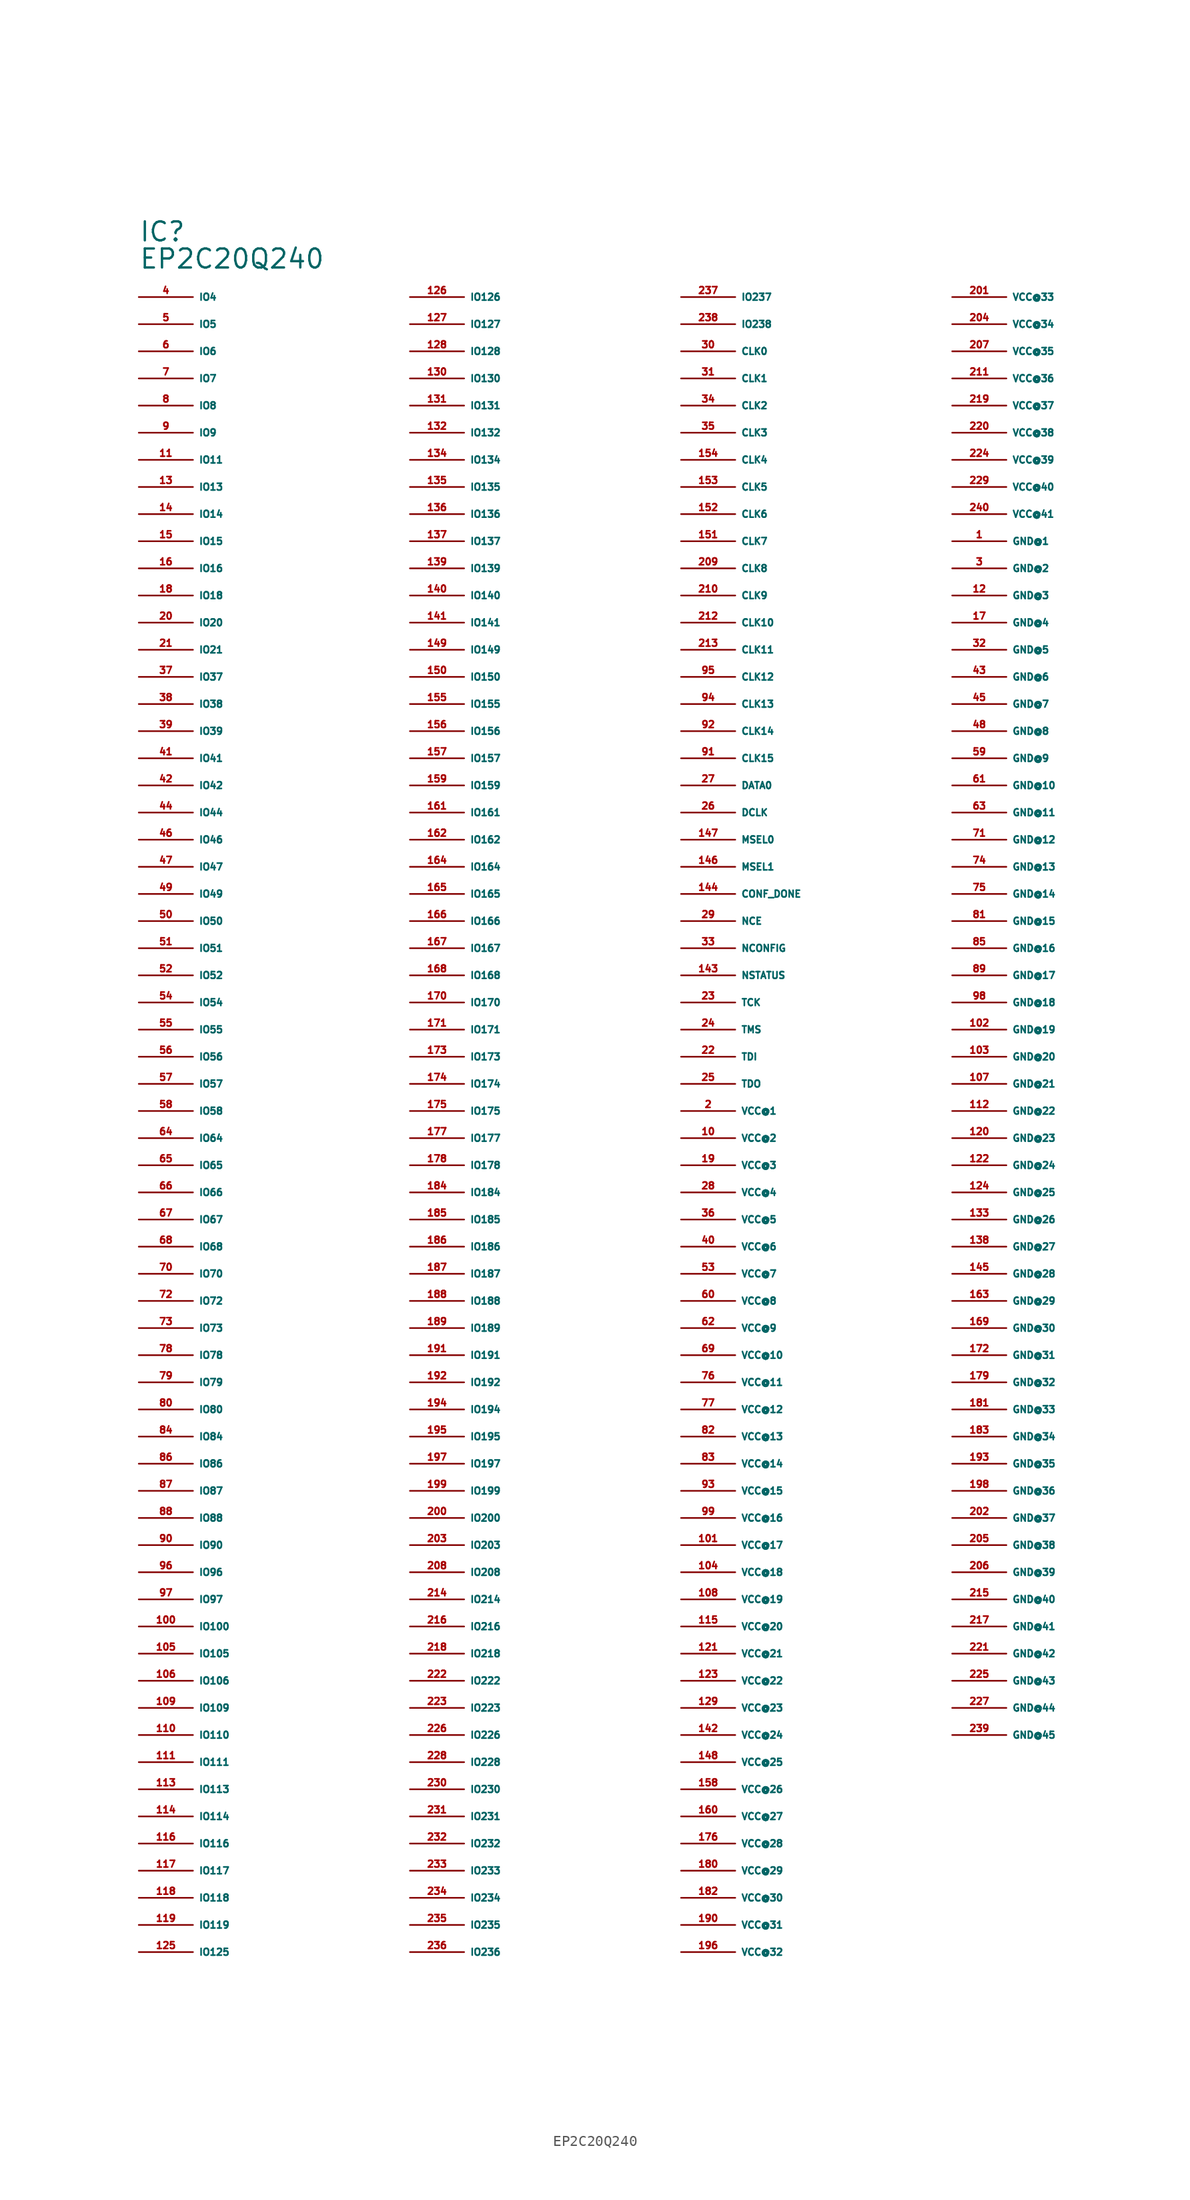
<source format=kicad_sym>
(kicad_symbol_lib
  (version 20220914)
  (generator Eagle2Kicad)
  (symbol "EP2C20Q240"
    (property "Reference" "IC"
      (at -30.48 86.36 0)
      (effects (font (size 1.778 1.778) (thickness 0.22)) (justify left bottom)))
    (property "Value" "EP2C20Q240"
      (at -30.48 83.82 0)
      (effects (font (size 1.778 1.778) (thickness 0.22)) (justify left bottom)))
    (pin output line
      (at -30.48 81.28 0)
      (length 5.08)
      (name "IO4" (effects (font (size 0.635 0.635) (thickness 0.08)) (justify left bottom)))
      (number "4" (effects (font (size 0.635 0.635) (thickness 0.08)) (justify left bottom))))
    (pin output line
      (at -30.48 78.74 0)
      (length 5.08)
      (name "IO5" (effects (font (size 0.635 0.635) (thickness 0.08)) (justify left bottom)))
      (number "5" (effects (font (size 0.635 0.635) (thickness 0.08)) (justify left bottom))))
    (pin bidirectional line
      (at -30.48 76.2 0)
      (length 5.08)
      (name "IO6" (effects (font (size 0.635 0.635) (thickness 0.08)) (justify left bottom)))
      (number "6" (effects (font (size 0.635 0.635) (thickness 0.08)) (justify left bottom))))
    (pin bidirectional line
      (at -30.48 73.66 0)
      (length 5.08)
      (name "IO7" (effects (font (size 0.635 0.635) (thickness 0.08)) (justify left bottom)))
      (number "7" (effects (font (size 0.635 0.635) (thickness 0.08)) (justify left bottom))))
    (pin bidirectional line
      (at -30.48 71.12 0)
      (length 5.08)
      (name "IO8" (effects (font (size 0.635 0.635) (thickness 0.08)) (justify left bottom)))
      (number "8" (effects (font (size 0.635 0.635) (thickness 0.08)) (justify left bottom))))
    (pin bidirectional line
      (at -30.48 68.58 0)
      (length 5.08)
      (name "IO9" (effects (font (size 0.635 0.635) (thickness 0.08)) (justify left bottom)))
      (number "9" (effects (font (size 0.635 0.635) (thickness 0.08)) (justify left bottom))))
    (pin bidirectional line
      (at -30.48 66.04 0)
      (length 5.08)
      (name "IO11" (effects (font (size 0.635 0.635) (thickness 0.08)) (justify left bottom)))
      (number "11" (effects (font (size 0.635 0.635) (thickness 0.08)) (justify left bottom))))
    (pin bidirectional line
      (at -30.48 63.5 0)
      (length 5.08)
      (name "IO13" (effects (font (size 0.635 0.635) (thickness 0.08)) (justify left bottom)))
      (number "13" (effects (font (size 0.635 0.635) (thickness 0.08)) (justify left bottom))))
    (pin bidirectional line
      (at -30.48 60.96 0)
      (length 5.08)
      (name "IO14" (effects (font (size 0.635 0.635) (thickness 0.08)) (justify left bottom)))
      (number "14" (effects (font (size 0.635 0.635) (thickness 0.08)) (justify left bottom))))
    (pin bidirectional line
      (at -30.48 58.42 0)
      (length 5.08)
      (name "IO15" (effects (font (size 0.635 0.635) (thickness 0.08)) (justify left bottom)))
      (number "15" (effects (font (size 0.635 0.635) (thickness 0.08)) (justify left bottom))))
    (pin bidirectional line
      (at -30.48 55.88 0)
      (length 5.08)
      (name "IO16" (effects (font (size 0.635 0.635) (thickness 0.08)) (justify left bottom)))
      (number "16" (effects (font (size 0.635 0.635) (thickness 0.08)) (justify left bottom))))
    (pin bidirectional line
      (at -30.48 53.34 0)
      (length 5.08)
      (name "IO18" (effects (font (size 0.635 0.635) (thickness 0.08)) (justify left bottom)))
      (number "18" (effects (font (size 0.635 0.635) (thickness 0.08)) (justify left bottom))))
    (pin bidirectional line
      (at -30.48 50.8 0)
      (length 5.08)
      (name "IO20" (effects (font (size 0.635 0.635) (thickness 0.08)) (justify left bottom)))
      (number "20" (effects (font (size 0.635 0.635) (thickness 0.08)) (justify left bottom))))
    (pin bidirectional line
      (at -30.48 48.26 0)
      (length 5.08)
      (name "IO21" (effects (font (size 0.635 0.635) (thickness 0.08)) (justify left bottom)))
      (number "21" (effects (font (size 0.635 0.635) (thickness 0.08)) (justify left bottom))))
    (pin bidirectional line
      (at -30.48 45.72 0)
      (length 5.08)
      (name "IO37" (effects (font (size 0.635 0.635) (thickness 0.08)) (justify left bottom)))
      (number "37" (effects (font (size 0.635 0.635) (thickness 0.08)) (justify left bottom))))
    (pin bidirectional line
      (at -30.48 43.18 0)
      (length 5.08)
      (name "IO38" (effects (font (size 0.635 0.635) (thickness 0.08)) (justify left bottom)))
      (number "38" (effects (font (size 0.635 0.635) (thickness 0.08)) (justify left bottom))))
    (pin bidirectional line
      (at -30.48 40.64 0)
      (length 5.08)
      (name "IO39" (effects (font (size 0.635 0.635) (thickness 0.08)) (justify left bottom)))
      (number "39" (effects (font (size 0.635 0.635) (thickness 0.08)) (justify left bottom))))
    (pin bidirectional line
      (at -30.48 38.1 0)
      (length 5.08)
      (name "IO41" (effects (font (size 0.635 0.635) (thickness 0.08)) (justify left bottom)))
      (number "41" (effects (font (size 0.635 0.635) (thickness 0.08)) (justify left bottom))))
    (pin bidirectional line
      (at -30.48 35.56 0)
      (length 5.08)
      (name "IO42" (effects (font (size 0.635 0.635) (thickness 0.08)) (justify left bottom)))
      (number "42" (effects (font (size 0.635 0.635) (thickness 0.08)) (justify left bottom))))
    (pin bidirectional line
      (at -30.48 33.02 0)
      (length 5.08)
      (name "IO44" (effects (font (size 0.635 0.635) (thickness 0.08)) (justify left bottom)))
      (number "44" (effects (font (size 0.635 0.635) (thickness 0.08)) (justify left bottom))))
    (pin bidirectional line
      (at -30.48 30.48 0)
      (length 5.08)
      (name "IO46" (effects (font (size 0.635 0.635) (thickness 0.08)) (justify left bottom)))
      (number "46" (effects (font (size 0.635 0.635) (thickness 0.08)) (justify left bottom))))
    (pin bidirectional line
      (at -30.48 27.94 0)
      (length 5.08)
      (name "IO47" (effects (font (size 0.635 0.635) (thickness 0.08)) (justify left bottom)))
      (number "47" (effects (font (size 0.635 0.635) (thickness 0.08)) (justify left bottom))))
    (pin bidirectional line
      (at -30.48 25.4 0)
      (length 5.08)
      (name "IO49" (effects (font (size 0.635 0.635) (thickness 0.08)) (justify left bottom)))
      (number "49" (effects (font (size 0.635 0.635) (thickness 0.08)) (justify left bottom))))
    (pin bidirectional line
      (at -30.48 22.86 0)
      (length 5.08)
      (name "IO50" (effects (font (size 0.635 0.635) (thickness 0.08)) (justify left bottom)))
      (number "50" (effects (font (size 0.635 0.635) (thickness 0.08)) (justify left bottom))))
    (pin bidirectional line
      (at -30.48 20.32 0)
      (length 5.08)
      (name "IO51" (effects (font (size 0.635 0.635) (thickness 0.08)) (justify left bottom)))
      (number "51" (effects (font (size 0.635 0.635) (thickness 0.08)) (justify left bottom))))
    (pin bidirectional line
      (at -30.48 17.78 0)
      (length 5.08)
      (name "IO52" (effects (font (size 0.635 0.635) (thickness 0.08)) (justify left bottom)))
      (number "52" (effects (font (size 0.635 0.635) (thickness 0.08)) (justify left bottom))))
    (pin bidirectional line
      (at -30.48 15.24 0)
      (length 5.08)
      (name "IO54" (effects (font (size 0.635 0.635) (thickness 0.08)) (justify left bottom)))
      (number "54" (effects (font (size 0.635 0.635) (thickness 0.08)) (justify left bottom))))
    (pin bidirectional line
      (at -30.48 12.7 0)
      (length 5.08)
      (name "IO55" (effects (font (size 0.635 0.635) (thickness 0.08)) (justify left bottom)))
      (number "55" (effects (font (size 0.635 0.635) (thickness 0.08)) (justify left bottom))))
    (pin bidirectional line
      (at -30.48 10.16 0)
      (length 5.08)
      (name "IO56" (effects (font (size 0.635 0.635) (thickness 0.08)) (justify left bottom)))
      (number "56" (effects (font (size 0.635 0.635) (thickness 0.08)) (justify left bottom))))
    (pin bidirectional line
      (at -30.48 7.62 0)
      (length 5.08)
      (name "IO57" (effects (font (size 0.635 0.635) (thickness 0.08)) (justify left bottom)))
      (number "57" (effects (font (size 0.635 0.635) (thickness 0.08)) (justify left bottom))))
    (pin bidirectional line
      (at -30.48 5.08 0)
      (length 5.08)
      (name "IO58" (effects (font (size 0.635 0.635) (thickness 0.08)) (justify left bottom)))
      (number "58" (effects (font (size 0.635 0.635) (thickness 0.08)) (justify left bottom))))
    (pin bidirectional line
      (at -30.48 2.54 0)
      (length 5.08)
      (name "IO64" (effects (font (size 0.635 0.635) (thickness 0.08)) (justify left bottom)))
      (number "64" (effects (font (size 0.635 0.635) (thickness 0.08)) (justify left bottom))))
    (pin bidirectional line
      (at -30.48 0 0)
      (length 5.08)
      (name "IO65" (effects (font (size 0.635 0.635) (thickness 0.08)) (justify left bottom)))
      (number "65" (effects (font (size 0.635 0.635) (thickness 0.08)) (justify left bottom))))
    (pin bidirectional line
      (at -30.48 -2.54 0)
      (length 5.08)
      (name "IO66" (effects (font (size 0.635 0.635) (thickness 0.08)) (justify left bottom)))
      (number "66" (effects (font (size 0.635 0.635) (thickness 0.08)) (justify left bottom))))
    (pin bidirectional line
      (at -30.48 -5.08 0)
      (length 5.08)
      (name "IO67" (effects (font (size 0.635 0.635) (thickness 0.08)) (justify left bottom)))
      (number "67" (effects (font (size 0.635 0.635) (thickness 0.08)) (justify left bottom))))
    (pin bidirectional line
      (at -30.48 -7.62 0)
      (length 5.08)
      (name "IO68" (effects (font (size 0.635 0.635) (thickness 0.08)) (justify left bottom)))
      (number "68" (effects (font (size 0.635 0.635) (thickness 0.08)) (justify left bottom))))
    (pin bidirectional line
      (at -30.48 -10.16 0)
      (length 5.08)
      (name "IO70" (effects (font (size 0.635 0.635) (thickness 0.08)) (justify left bottom)))
      (number "70" (effects (font (size 0.635 0.635) (thickness 0.08)) (justify left bottom))))
    (pin bidirectional line
      (at -30.48 -12.7 0)
      (length 5.08)
      (name "IO72" (effects (font (size 0.635 0.635) (thickness 0.08)) (justify left bottom)))
      (number "72" (effects (font (size 0.635 0.635) (thickness 0.08)) (justify left bottom))))
    (pin bidirectional line
      (at -30.48 -15.24 0)
      (length 5.08)
      (name "IO73" (effects (font (size 0.635 0.635) (thickness 0.08)) (justify left bottom)))
      (number "73" (effects (font (size 0.635 0.635) (thickness 0.08)) (justify left bottom))))
    (pin bidirectional line
      (at -30.48 -17.78 0)
      (length 5.08)
      (name "IO78" (effects (font (size 0.635 0.635) (thickness 0.08)) (justify left bottom)))
      (number "78" (effects (font (size 0.635 0.635) (thickness 0.08)) (justify left bottom))))
    (pin bidirectional line
      (at -30.48 -20.32 0)
      (length 5.08)
      (name "IO79" (effects (font (size 0.635 0.635) (thickness 0.08)) (justify left bottom)))
      (number "79" (effects (font (size 0.635 0.635) (thickness 0.08)) (justify left bottom))))
    (pin bidirectional line
      (at -30.48 -22.86 0)
      (length 5.08)
      (name "IO80" (effects (font (size 0.635 0.635) (thickness 0.08)) (justify left bottom)))
      (number "80" (effects (font (size 0.635 0.635) (thickness 0.08)) (justify left bottom))))
    (pin bidirectional line
      (at -30.48 -25.4 0)
      (length 5.08)
      (name "IO84" (effects (font (size 0.635 0.635) (thickness 0.08)) (justify left bottom)))
      (number "84" (effects (font (size 0.635 0.635) (thickness 0.08)) (justify left bottom))))
    (pin bidirectional line
      (at -30.48 -27.94 0)
      (length 5.08)
      (name "IO86" (effects (font (size 0.635 0.635) (thickness 0.08)) (justify left bottom)))
      (number "86" (effects (font (size 0.635 0.635) (thickness 0.08)) (justify left bottom))))
    (pin bidirectional line
      (at -30.48 -30.48 0)
      (length 5.08)
      (name "IO87" (effects (font (size 0.635 0.635) (thickness 0.08)) (justify left bottom)))
      (number "87" (effects (font (size 0.635 0.635) (thickness 0.08)) (justify left bottom))))
    (pin bidirectional line
      (at -30.48 -33.02 0)
      (length 5.08)
      (name "IO88" (effects (font (size 0.635 0.635) (thickness 0.08)) (justify left bottom)))
      (number "88" (effects (font (size 0.635 0.635) (thickness 0.08)) (justify left bottom))))
    (pin bidirectional line
      (at -30.48 -35.56 0)
      (length 5.08)
      (name "IO90" (effects (font (size 0.635 0.635) (thickness 0.08)) (justify left bottom)))
      (number "90" (effects (font (size 0.635 0.635) (thickness 0.08)) (justify left bottom))))
    (pin bidirectional line
      (at -30.48 -38.1 0)
      (length 5.08)
      (name "IO96" (effects (font (size 0.635 0.635) (thickness 0.08)) (justify left bottom)))
      (number "96" (effects (font (size 0.635 0.635) (thickness 0.08)) (justify left bottom))))
    (pin bidirectional line
      (at -30.48 -40.64 0)
      (length 5.08)
      (name "IO97" (effects (font (size 0.635 0.635) (thickness 0.08)) (justify left bottom)))
      (number "97" (effects (font (size 0.635 0.635) (thickness 0.08)) (justify left bottom))))
    (pin bidirectional line
      (at -30.48 -43.18 0)
      (length 5.08)
      (name "IO100" (effects (font (size 0.635 0.635) (thickness 0.08)) (justify left bottom)))
      (number "100" (effects (font (size 0.635 0.635) (thickness 0.08)) (justify left bottom))))
    (pin bidirectional line
      (at -30.48 -45.72 0)
      (length 5.08)
      (name "IO105" (effects (font (size 0.635 0.635) (thickness 0.08)) (justify left bottom)))
      (number "105" (effects (font (size 0.635 0.635) (thickness 0.08)) (justify left bottom))))
    (pin bidirectional line
      (at -30.48 -48.26 0)
      (length 5.08)
      (name "IO106" (effects (font (size 0.635 0.635) (thickness 0.08)) (justify left bottom)))
      (number "106" (effects (font (size 0.635 0.635) (thickness 0.08)) (justify left bottom))))
    (pin bidirectional line
      (at -30.48 -50.8 0)
      (length 5.08)
      (name "IO109" (effects (font (size 0.635 0.635) (thickness 0.08)) (justify left bottom)))
      (number "109" (effects (font (size 0.635 0.635) (thickness 0.08)) (justify left bottom))))
    (pin bidirectional line
      (at -30.48 -53.34 0)
      (length 5.08)
      (name "IO110" (effects (font (size 0.635 0.635) (thickness 0.08)) (justify left bottom)))
      (number "110" (effects (font (size 0.635 0.635) (thickness 0.08)) (justify left bottom))))
    (pin bidirectional line
      (at -30.48 -55.88 0)
      (length 5.08)
      (name "IO111" (effects (font (size 0.635 0.635) (thickness 0.08)) (justify left bottom)))
      (number "111" (effects (font (size 0.635 0.635) (thickness 0.08)) (justify left bottom))))
    (pin bidirectional line
      (at -30.48 -58.42 0)
      (length 5.08)
      (name "IO113" (effects (font (size 0.635 0.635) (thickness 0.08)) (justify left bottom)))
      (number "113" (effects (font (size 0.635 0.635) (thickness 0.08)) (justify left bottom))))
    (pin bidirectional line
      (at -30.48 -60.96 0)
      (length 5.08)
      (name "IO114" (effects (font (size 0.635 0.635) (thickness 0.08)) (justify left bottom)))
      (number "114" (effects (font (size 0.635 0.635) (thickness 0.08)) (justify left bottom))))
    (pin bidirectional line
      (at -30.48 -63.5 0)
      (length 5.08)
      (name "IO116" (effects (font (size 0.635 0.635) (thickness 0.08)) (justify left bottom)))
      (number "116" (effects (font (size 0.635 0.635) (thickness 0.08)) (justify left bottom))))
    (pin bidirectional line
      (at -30.48 -66.04 0)
      (length 5.08)
      (name "IO117" (effects (font (size 0.635 0.635) (thickness 0.08)) (justify left bottom)))
      (number "117" (effects (font (size 0.635 0.635) (thickness 0.08)) (justify left bottom))))
    (pin bidirectional line
      (at -30.48 -68.58 0)
      (length 5.08)
      (name "IO118" (effects (font (size 0.635 0.635) (thickness 0.08)) (justify left bottom)))
      (number "118" (effects (font (size 0.635 0.635) (thickness 0.08)) (justify left bottom))))
    (pin bidirectional line
      (at -30.48 -71.12 0)
      (length 5.08)
      (name "IO119" (effects (font (size 0.635 0.635) (thickness 0.08)) (justify left bottom)))
      (number "119" (effects (font (size 0.635 0.635) (thickness 0.08)) (justify left bottom))))
    (pin bidirectional line
      (at -30.48 -73.66 0)
      (length 5.08)
      (name "IO125" (effects (font (size 0.635 0.635) (thickness 0.08)) (justify left bottom)))
      (number "125" (effects (font (size 0.635 0.635) (thickness 0.08)) (justify left bottom))))
    (pin bidirectional line
      (at -5.08 81.28 0)
      (length 5.08)
      (name "IO126" (effects (font (size 0.635 0.635) (thickness 0.08)) (justify left bottom)))
      (number "126" (effects (font (size 0.635 0.635) (thickness 0.08)) (justify left bottom))))
    (pin bidirectional line
      (at -5.08 78.74 0)
      (length 5.08)
      (name "IO127" (effects (font (size 0.635 0.635) (thickness 0.08)) (justify left bottom)))
      (number "127" (effects (font (size 0.635 0.635) (thickness 0.08)) (justify left bottom))))
    (pin bidirectional line
      (at -5.08 76.2 0)
      (length 5.08)
      (name "IO128" (effects (font (size 0.635 0.635) (thickness 0.08)) (justify left bottom)))
      (number "128" (effects (font (size 0.635 0.635) (thickness 0.08)) (justify left bottom))))
    (pin bidirectional line
      (at -5.08 73.66 0)
      (length 5.08)
      (name "IO130" (effects (font (size 0.635 0.635) (thickness 0.08)) (justify left bottom)))
      (number "130" (effects (font (size 0.635 0.635) (thickness 0.08)) (justify left bottom))))
    (pin bidirectional line
      (at -5.08 71.12 0)
      (length 5.08)
      (name "IO131" (effects (font (size 0.635 0.635) (thickness 0.08)) (justify left bottom)))
      (number "131" (effects (font (size 0.635 0.635) (thickness 0.08)) (justify left bottom))))
    (pin bidirectional line
      (at -5.08 68.58 0)
      (length 5.08)
      (name "IO132" (effects (font (size 0.635 0.635) (thickness 0.08)) (justify left bottom)))
      (number "132" (effects (font (size 0.635 0.635) (thickness 0.08)) (justify left bottom))))
    (pin bidirectional line
      (at -5.08 66.04 0)
      (length 5.08)
      (name "IO134" (effects (font (size 0.635 0.635) (thickness 0.08)) (justify left bottom)))
      (number "134" (effects (font (size 0.635 0.635) (thickness 0.08)) (justify left bottom))))
    (pin bidirectional line
      (at -5.08 63.5 0)
      (length 5.08)
      (name "IO135" (effects (font (size 0.635 0.635) (thickness 0.08)) (justify left bottom)))
      (number "135" (effects (font (size 0.635 0.635) (thickness 0.08)) (justify left bottom))))
    (pin bidirectional line
      (at -5.08 60.96 0)
      (length 5.08)
      (name "IO136" (effects (font (size 0.635 0.635) (thickness 0.08)) (justify left bottom)))
      (number "136" (effects (font (size 0.635 0.635) (thickness 0.08)) (justify left bottom))))
    (pin bidirectional line
      (at -5.08 58.42 0)
      (length 5.08)
      (name "IO137" (effects (font (size 0.635 0.635) (thickness 0.08)) (justify left bottom)))
      (number "137" (effects (font (size 0.635 0.635) (thickness 0.08)) (justify left bottom))))
    (pin bidirectional line
      (at -5.08 55.88 0)
      (length 5.08)
      (name "IO139" (effects (font (size 0.635 0.635) (thickness 0.08)) (justify left bottom)))
      (number "139" (effects (font (size 0.635 0.635) (thickness 0.08)) (justify left bottom))))
    (pin bidirectional line
      (at -5.08 53.34 0)
      (length 5.08)
      (name "IO140" (effects (font (size 0.635 0.635) (thickness 0.08)) (justify left bottom)))
      (number "140" (effects (font (size 0.635 0.635) (thickness 0.08)) (justify left bottom))))
    (pin bidirectional line
      (at -5.08 50.8 0)
      (length 5.08)
      (name "IO141" (effects (font (size 0.635 0.635) (thickness 0.08)) (justify left bottom)))
      (number "141" (effects (font (size 0.635 0.635) (thickness 0.08)) (justify left bottom))))
    (pin bidirectional line
      (at -5.08 48.26 0)
      (length 5.08)
      (name "IO149" (effects (font (size 0.635 0.635) (thickness 0.08)) (justify left bottom)))
      (number "149" (effects (font (size 0.635 0.635) (thickness 0.08)) (justify left bottom))))
    (pin bidirectional line
      (at -5.08 45.72 0)
      (length 5.08)
      (name "IO150" (effects (font (size 0.635 0.635) (thickness 0.08)) (justify left bottom)))
      (number "150" (effects (font (size 0.635 0.635) (thickness 0.08)) (justify left bottom))))
    (pin bidirectional line
      (at -5.08 43.18 0)
      (length 5.08)
      (name "IO155" (effects (font (size 0.635 0.635) (thickness 0.08)) (justify left bottom)))
      (number "155" (effects (font (size 0.635 0.635) (thickness 0.08)) (justify left bottom))))
    (pin bidirectional line
      (at -5.08 40.64 0)
      (length 5.08)
      (name "IO156" (effects (font (size 0.635 0.635) (thickness 0.08)) (justify left bottom)))
      (number "156" (effects (font (size 0.635 0.635) (thickness 0.08)) (justify left bottom))))
    (pin bidirectional line
      (at -5.08 38.1 0)
      (length 5.08)
      (name "IO157" (effects (font (size 0.635 0.635) (thickness 0.08)) (justify left bottom)))
      (number "157" (effects (font (size 0.635 0.635) (thickness 0.08)) (justify left bottom))))
    (pin bidirectional line
      (at -5.08 35.56 0)
      (length 5.08)
      (name "IO159" (effects (font (size 0.635 0.635) (thickness 0.08)) (justify left bottom)))
      (number "159" (effects (font (size 0.635 0.635) (thickness 0.08)) (justify left bottom))))
    (pin bidirectional line
      (at -5.08 33.02 0)
      (length 5.08)
      (name "IO161" (effects (font (size 0.635 0.635) (thickness 0.08)) (justify left bottom)))
      (number "161" (effects (font (size 0.635 0.635) (thickness 0.08)) (justify left bottom))))
    (pin bidirectional line
      (at -5.08 30.48 0)
      (length 5.08)
      (name "IO162" (effects (font (size 0.635 0.635) (thickness 0.08)) (justify left bottom)))
      (number "162" (effects (font (size 0.635 0.635) (thickness 0.08)) (justify left bottom))))
    (pin bidirectional line
      (at -5.08 27.94 0)
      (length 5.08)
      (name "IO164" (effects (font (size 0.635 0.635) (thickness 0.08)) (justify left bottom)))
      (number "164" (effects (font (size 0.635 0.635) (thickness 0.08)) (justify left bottom))))
    (pin bidirectional line
      (at -5.08 25.4 0)
      (length 5.08)
      (name "IO165" (effects (font (size 0.635 0.635) (thickness 0.08)) (justify left bottom)))
      (number "165" (effects (font (size 0.635 0.635) (thickness 0.08)) (justify left bottom))))
    (pin bidirectional line
      (at -5.08 22.86 0)
      (length 5.08)
      (name "IO166" (effects (font (size 0.635 0.635) (thickness 0.08)) (justify left bottom)))
      (number "166" (effects (font (size 0.635 0.635) (thickness 0.08)) (justify left bottom))))
    (pin bidirectional line
      (at -5.08 20.32 0)
      (length 5.08)
      (name "IO167" (effects (font (size 0.635 0.635) (thickness 0.08)) (justify left bottom)))
      (number "167" (effects (font (size 0.635 0.635) (thickness 0.08)) (justify left bottom))))
    (pin bidirectional line
      (at -5.08 17.78 0)
      (length 5.08)
      (name "IO168" (effects (font (size 0.635 0.635) (thickness 0.08)) (justify left bottom)))
      (number "168" (effects (font (size 0.635 0.635) (thickness 0.08)) (justify left bottom))))
    (pin bidirectional line
      (at -5.08 15.24 0)
      (length 5.08)
      (name "IO170" (effects (font (size 0.635 0.635) (thickness 0.08)) (justify left bottom)))
      (number "170" (effects (font (size 0.635 0.635) (thickness 0.08)) (justify left bottom))))
    (pin bidirectional line
      (at -5.08 12.7 0)
      (length 5.08)
      (name "IO171" (effects (font (size 0.635 0.635) (thickness 0.08)) (justify left bottom)))
      (number "171" (effects (font (size 0.635 0.635) (thickness 0.08)) (justify left bottom))))
    (pin bidirectional line
      (at -5.08 10.16 0)
      (length 5.08)
      (name "IO173" (effects (font (size 0.635 0.635) (thickness 0.08)) (justify left bottom)))
      (number "173" (effects (font (size 0.635 0.635) (thickness 0.08)) (justify left bottom))))
    (pin bidirectional line
      (at -5.08 7.62 0)
      (length 5.08)
      (name "IO174" (effects (font (size 0.635 0.635) (thickness 0.08)) (justify left bottom)))
      (number "174" (effects (font (size 0.635 0.635) (thickness 0.08)) (justify left bottom))))
    (pin bidirectional line
      (at -5.08 5.08 0)
      (length 5.08)
      (name "IO175" (effects (font (size 0.635 0.635) (thickness 0.08)) (justify left bottom)))
      (number "175" (effects (font (size 0.635 0.635) (thickness 0.08)) (justify left bottom))))
    (pin bidirectional line
      (at -5.08 2.54 0)
      (length 5.08)
      (name "IO177" (effects (font (size 0.635 0.635) (thickness 0.08)) (justify left bottom)))
      (number "177" (effects (font (size 0.635 0.635) (thickness 0.08)) (justify left bottom))))
    (pin bidirectional line
      (at -5.08 0 0)
      (length 5.08)
      (name "IO178" (effects (font (size 0.635 0.635) (thickness 0.08)) (justify left bottom)))
      (number "178" (effects (font (size 0.635 0.635) (thickness 0.08)) (justify left bottom))))
    (pin bidirectional line
      (at -5.08 -2.54 0)
      (length 5.08)
      (name "IO184" (effects (font (size 0.635 0.635) (thickness 0.08)) (justify left bottom)))
      (number "184" (effects (font (size 0.635 0.635) (thickness 0.08)) (justify left bottom))))
    (pin bidirectional line
      (at -5.08 -5.08 0)
      (length 5.08)
      (name "IO185" (effects (font (size 0.635 0.635) (thickness 0.08)) (justify left bottom)))
      (number "185" (effects (font (size 0.635 0.635) (thickness 0.08)) (justify left bottom))))
    (pin bidirectional line
      (at -5.08 -7.62 0)
      (length 5.08)
      (name "IO186" (effects (font (size 0.635 0.635) (thickness 0.08)) (justify left bottom)))
      (number "186" (effects (font (size 0.635 0.635) (thickness 0.08)) (justify left bottom))))
    (pin bidirectional line
      (at -5.08 -10.16 0)
      (length 5.08)
      (name "IO187" (effects (font (size 0.635 0.635) (thickness 0.08)) (justify left bottom)))
      (number "187" (effects (font (size 0.635 0.635) (thickness 0.08)) (justify left bottom))))
    (pin bidirectional line
      (at -5.08 -12.7 0)
      (length 5.08)
      (name "IO188" (effects (font (size 0.635 0.635) (thickness 0.08)) (justify left bottom)))
      (number "188" (effects (font (size 0.635 0.635) (thickness 0.08)) (justify left bottom))))
    (pin bidirectional line
      (at -5.08 -15.24 0)
      (length 5.08)
      (name "IO189" (effects (font (size 0.635 0.635) (thickness 0.08)) (justify left bottom)))
      (number "189" (effects (font (size 0.635 0.635) (thickness 0.08)) (justify left bottom))))
    (pin bidirectional line
      (at -5.08 -17.78 0)
      (length 5.08)
      (name "IO191" (effects (font (size 0.635 0.635) (thickness 0.08)) (justify left bottom)))
      (number "191" (effects (font (size 0.635 0.635) (thickness 0.08)) (justify left bottom))))
    (pin bidirectional line
      (at -5.08 -20.32 0)
      (length 5.08)
      (name "IO192" (effects (font (size 0.635 0.635) (thickness 0.08)) (justify left bottom)))
      (number "192" (effects (font (size 0.635 0.635) (thickness 0.08)) (justify left bottom))))
    (pin bidirectional line
      (at -5.08 -22.86 0)
      (length 5.08)
      (name "IO194" (effects (font (size 0.635 0.635) (thickness 0.08)) (justify left bottom)))
      (number "194" (effects (font (size 0.635 0.635) (thickness 0.08)) (justify left bottom))))
    (pin bidirectional line
      (at -5.08 -25.4 0)
      (length 5.08)
      (name "IO195" (effects (font (size 0.635 0.635) (thickness 0.08)) (justify left bottom)))
      (number "195" (effects (font (size 0.635 0.635) (thickness 0.08)) (justify left bottom))))
    (pin bidirectional line
      (at -5.08 -27.94 0)
      (length 5.08)
      (name "IO197" (effects (font (size 0.635 0.635) (thickness 0.08)) (justify left bottom)))
      (number "197" (effects (font (size 0.635 0.635) (thickness 0.08)) (justify left bottom))))
    (pin bidirectional line
      (at -5.08 -30.48 0)
      (length 5.08)
      (name "IO199" (effects (font (size 0.635 0.635) (thickness 0.08)) (justify left bottom)))
      (number "199" (effects (font (size 0.635 0.635) (thickness 0.08)) (justify left bottom))))
    (pin bidirectional line
      (at -5.08 -33.02 0)
      (length 5.08)
      (name "IO200" (effects (font (size 0.635 0.635) (thickness 0.08)) (justify left bottom)))
      (number "200" (effects (font (size 0.635 0.635) (thickness 0.08)) (justify left bottom))))
    (pin bidirectional line
      (at -5.08 -35.56 0)
      (length 5.08)
      (name "IO203" (effects (font (size 0.635 0.635) (thickness 0.08)) (justify left bottom)))
      (number "203" (effects (font (size 0.635 0.635) (thickness 0.08)) (justify left bottom))))
    (pin bidirectional line
      (at -5.08 -38.1 0)
      (length 5.08)
      (name "IO208" (effects (font (size 0.635 0.635) (thickness 0.08)) (justify left bottom)))
      (number "208" (effects (font (size 0.635 0.635) (thickness 0.08)) (justify left bottom))))
    (pin bidirectional line
      (at -5.08 -40.64 0)
      (length 5.08)
      (name "IO214" (effects (font (size 0.635 0.635) (thickness 0.08)) (justify left bottom)))
      (number "214" (effects (font (size 0.635 0.635) (thickness 0.08)) (justify left bottom))))
    (pin bidirectional line
      (at -5.08 -43.18 0)
      (length 5.08)
      (name "IO216" (effects (font (size 0.635 0.635) (thickness 0.08)) (justify left bottom)))
      (number "216" (effects (font (size 0.635 0.635) (thickness 0.08)) (justify left bottom))))
    (pin bidirectional line
      (at -5.08 -45.72 0)
      (length 5.08)
      (name "IO218" (effects (font (size 0.635 0.635) (thickness 0.08)) (justify left bottom)))
      (number "218" (effects (font (size 0.635 0.635) (thickness 0.08)) (justify left bottom))))
    (pin bidirectional line
      (at -5.08 -48.26 0)
      (length 5.08)
      (name "IO222" (effects (font (size 0.635 0.635) (thickness 0.08)) (justify left bottom)))
      (number "222" (effects (font (size 0.635 0.635) (thickness 0.08)) (justify left bottom))))
    (pin bidirectional line
      (at -5.08 -50.8 0)
      (length 5.08)
      (name "IO223" (effects (font (size 0.635 0.635) (thickness 0.08)) (justify left bottom)))
      (number "223" (effects (font (size 0.635 0.635) (thickness 0.08)) (justify left bottom))))
    (pin bidirectional line
      (at -5.08 -53.34 0)
      (length 5.08)
      (name "IO226" (effects (font (size 0.635 0.635) (thickness 0.08)) (justify left bottom)))
      (number "226" (effects (font (size 0.635 0.635) (thickness 0.08)) (justify left bottom))))
    (pin bidirectional line
      (at -5.08 -55.88 0)
      (length 5.08)
      (name "IO228" (effects (font (size 0.635 0.635) (thickness 0.08)) (justify left bottom)))
      (number "228" (effects (font (size 0.635 0.635) (thickness 0.08)) (justify left bottom))))
    (pin bidirectional line
      (at -5.08 -58.42 0)
      (length 5.08)
      (name "IO230" (effects (font (size 0.635 0.635) (thickness 0.08)) (justify left bottom)))
      (number "230" (effects (font (size 0.635 0.635) (thickness 0.08)) (justify left bottom))))
    (pin bidirectional line
      (at -5.08 -60.96 0)
      (length 5.08)
      (name "IO231" (effects (font (size 0.635 0.635) (thickness 0.08)) (justify left bottom)))
      (number "231" (effects (font (size 0.635 0.635) (thickness 0.08)) (justify left bottom))))
    (pin bidirectional line
      (at -5.08 -63.5 0)
      (length 5.08)
      (name "IO232" (effects (font (size 0.635 0.635) (thickness 0.08)) (justify left bottom)))
      (number "232" (effects (font (size 0.635 0.635) (thickness 0.08)) (justify left bottom))))
    (pin bidirectional line
      (at -5.08 -66.04 0)
      (length 5.08)
      (name "IO233" (effects (font (size 0.635 0.635) (thickness 0.08)) (justify left bottom)))
      (number "233" (effects (font (size 0.635 0.635) (thickness 0.08)) (justify left bottom))))
    (pin bidirectional line
      (at -5.08 -68.58 0)
      (length 5.08)
      (name "IO234" (effects (font (size 0.635 0.635) (thickness 0.08)) (justify left bottom)))
      (number "234" (effects (font (size 0.635 0.635) (thickness 0.08)) (justify left bottom))))
    (pin bidirectional line
      (at -5.08 -71.12 0)
      (length 5.08)
      (name "IO235" (effects (font (size 0.635 0.635) (thickness 0.08)) (justify left bottom)))
      (number "235" (effects (font (size 0.635 0.635) (thickness 0.08)) (justify left bottom))))
    (pin bidirectional line
      (at -5.08 -73.66 0)
      (length 5.08)
      (name "IO236" (effects (font (size 0.635 0.635) (thickness 0.08)) (justify left bottom)))
      (number "236" (effects (font (size 0.635 0.635) (thickness 0.08)) (justify left bottom))))
    (pin bidirectional line
      (at 20.32 81.28 0)
      (length 5.08)
      (name "IO237" (effects (font (size 0.635 0.635) (thickness 0.08)) (justify left bottom)))
      (number "237" (effects (font (size 0.635 0.635) (thickness 0.08)) (justify left bottom))))
    (pin bidirectional line
      (at 20.32 78.74 0)
      (length 5.08)
      (name "IO238" (effects (font (size 0.635 0.635) (thickness 0.08)) (justify left bottom)))
      (number "238" (effects (font (size 0.635 0.635) (thickness 0.08)) (justify left bottom))))
    (pin bidirectional line
      (at 20.32 76.2 0)
      (length 5.08)
      (name "CLK0" (effects (font (size 0.635 0.635) (thickness 0.08)) (justify left bottom)))
      (number "30" (effects (font (size 0.635 0.635) (thickness 0.08)) (justify left bottom))))
    (pin bidirectional line
      (at 20.32 73.66 0)
      (length 5.08)
      (name "CLK1" (effects (font (size 0.635 0.635) (thickness 0.08)) (justify left bottom)))
      (number "31" (effects (font (size 0.635 0.635) (thickness 0.08)) (justify left bottom))))
    (pin bidirectional line
      (at 20.32 71.12 0)
      (length 5.08)
      (name "CLK2" (effects (font (size 0.635 0.635) (thickness 0.08)) (justify left bottom)))
      (number "34" (effects (font (size 0.635 0.635) (thickness 0.08)) (justify left bottom))))
    (pin bidirectional line
      (at 20.32 68.58 0)
      (length 5.08)
      (name "CLK3" (effects (font (size 0.635 0.635) (thickness 0.08)) (justify left bottom)))
      (number "35" (effects (font (size 0.635 0.635) (thickness 0.08)) (justify left bottom))))
    (pin bidirectional line
      (at 20.32 66.04 0)
      (length 5.08)
      (name "CLK4" (effects (font (size 0.635 0.635) (thickness 0.08)) (justify left bottom)))
      (number "154" (effects (font (size 0.635 0.635) (thickness 0.08)) (justify left bottom))))
    (pin bidirectional line
      (at 20.32 63.5 0)
      (length 5.08)
      (name "CLK5" (effects (font (size 0.635 0.635) (thickness 0.08)) (justify left bottom)))
      (number "153" (effects (font (size 0.635 0.635) (thickness 0.08)) (justify left bottom))))
    (pin bidirectional line
      (at 20.32 60.96 0)
      (length 5.08)
      (name "CLK6" (effects (font (size 0.635 0.635) (thickness 0.08)) (justify left bottom)))
      (number "152" (effects (font (size 0.635 0.635) (thickness 0.08)) (justify left bottom))))
    (pin bidirectional line
      (at 20.32 58.42 0)
      (length 5.08)
      (name "CLK7" (effects (font (size 0.635 0.635) (thickness 0.08)) (justify left bottom)))
      (number "151" (effects (font (size 0.635 0.635) (thickness 0.08)) (justify left bottom))))
    (pin bidirectional line
      (at 20.32 55.88 0)
      (length 5.08)
      (name "CLK8" (effects (font (size 0.635 0.635) (thickness 0.08)) (justify left bottom)))
      (number "209" (effects (font (size 0.635 0.635) (thickness 0.08)) (justify left bottom))))
    (pin bidirectional line
      (at 20.32 53.34 0)
      (length 5.08)
      (name "CLK9" (effects (font (size 0.635 0.635) (thickness 0.08)) (justify left bottom)))
      (number "210" (effects (font (size 0.635 0.635) (thickness 0.08)) (justify left bottom))))
    (pin bidirectional line
      (at 20.32 50.8 0)
      (length 5.08)
      (name "CLK10" (effects (font (size 0.635 0.635) (thickness 0.08)) (justify left bottom)))
      (number "212" (effects (font (size 0.635 0.635) (thickness 0.08)) (justify left bottom))))
    (pin bidirectional line
      (at 20.32 48.26 0)
      (length 5.08)
      (name "CLK11" (effects (font (size 0.635 0.635) (thickness 0.08)) (justify left bottom)))
      (number "213" (effects (font (size 0.635 0.635) (thickness 0.08)) (justify left bottom))))
    (pin bidirectional line
      (at 20.32 45.72 0)
      (length 5.08)
      (name "CLK12" (effects (font (size 0.635 0.635) (thickness 0.08)) (justify left bottom)))
      (number "95" (effects (font (size 0.635 0.635) (thickness 0.08)) (justify left bottom))))
    (pin bidirectional line
      (at 20.32 43.18 0)
      (length 5.08)
      (name "CLK13" (effects (font (size 0.635 0.635) (thickness 0.08)) (justify left bottom)))
      (number "94" (effects (font (size 0.635 0.635) (thickness 0.08)) (justify left bottom))))
    (pin bidirectional line
      (at 20.32 40.64 0)
      (length 5.08)
      (name "CLK14" (effects (font (size 0.635 0.635) (thickness 0.08)) (justify left bottom)))
      (number "92" (effects (font (size 0.635 0.635) (thickness 0.08)) (justify left bottom))))
    (pin bidirectional line
      (at 20.32 38.1 0)
      (length 5.08)
      (name "CLK15" (effects (font (size 0.635 0.635) (thickness 0.08)) (justify left bottom)))
      (number "91" (effects (font (size 0.635 0.635) (thickness 0.08)) (justify left bottom))))
    (pin bidirectional line
      (at 20.32 35.56 0)
      (length 5.08)
      (name "DATA0" (effects (font (size 0.635 0.635) (thickness 0.08)) (justify left bottom)))
      (number "27" (effects (font (size 0.635 0.635) (thickness 0.08)) (justify left bottom))))
    (pin bidirectional line
      (at 20.32 33.02 0)
      (length 5.08)
      (name "DCLK" (effects (font (size 0.635 0.635) (thickness 0.08)) (justify left bottom)))
      (number "26" (effects (font (size 0.635 0.635) (thickness 0.08)) (justify left bottom))))
    (pin input line
      (at 20.32 30.48 0)
      (length 5.08)
      (name "MSEL0" (effects (font (size 0.635 0.635) (thickness 0.08)) (justify left bottom)))
      (number "147" (effects (font (size 0.635 0.635) (thickness 0.08)) (justify left bottom))))
    (pin input line
      (at 20.32 27.94 0)
      (length 5.08)
      (name "MSEL1" (effects (font (size 0.635 0.635) (thickness 0.08)) (justify left bottom)))
      (number "146" (effects (font (size 0.635 0.635) (thickness 0.08)) (justify left bottom))))
    (pin input line
      (at 20.32 25.4 0)
      (length 5.08)
      (name "CONF_DONE" (effects (font (size 0.635 0.635) (thickness 0.08)) (justify left bottom)))
      (number "144" (effects (font (size 0.635 0.635) (thickness 0.08)) (justify left bottom))))
    (pin input line
      (at 20.32 22.86 0)
      (length 5.08)
      (name "NCE" (effects (font (size 0.635 0.635) (thickness 0.08)) (justify left bottom)))
      (number "29" (effects (font (size 0.635 0.635) (thickness 0.08)) (justify left bottom))))
    (pin input line
      (at 20.32 20.32 0)
      (length 5.08)
      (name "NCONFIG" (effects (font (size 0.635 0.635) (thickness 0.08)) (justify left bottom)))
      (number "33" (effects (font (size 0.635 0.635) (thickness 0.08)) (justify left bottom))))
    (pin input line
      (at 20.32 17.78 0)
      (length 5.08)
      (name "NSTATUS" (effects (font (size 0.635 0.635) (thickness 0.08)) (justify left bottom)))
      (number "143" (effects (font (size 0.635 0.635) (thickness 0.08)) (justify left bottom))))
    (pin input line
      (at 20.32 15.24 0)
      (length 5.08)
      (name "TCK" (effects (font (size 0.635 0.635) (thickness 0.08)) (justify left bottom)))
      (number "23" (effects (font (size 0.635 0.635) (thickness 0.08)) (justify left bottom))))
    (pin input line
      (at 20.32 12.7 0)
      (length 5.08)
      (name "TMS" (effects (font (size 0.635 0.635) (thickness 0.08)) (justify left bottom)))
      (number "24" (effects (font (size 0.635 0.635) (thickness 0.08)) (justify left bottom))))
    (pin input line
      (at 20.32 10.16 0)
      (length 5.08)
      (name "TDI" (effects (font (size 0.635 0.635) (thickness 0.08)) (justify left bottom)))
      (number "22" (effects (font (size 0.635 0.635) (thickness 0.08)) (justify left bottom))))
    (pin output line
      (at 20.32 7.62 0)
      (length 5.08)
      (name "TDO" (effects (font (size 0.635 0.635) (thickness 0.08)) (justify left bottom)))
      (number "25" (effects (font (size 0.635 0.635) (thickness 0.08)) (justify left bottom))))
    (pin unspecified line
      (at 20.32 5.08 0)
      (length 5.08)
      (name "VCC@1" (effects (font (size 0.635 0.635) (thickness 0.08)) (justify left bottom)))
      (number "2" (effects (font (size 0.635 0.635) (thickness 0.08)) (justify left bottom))))
    (pin unspecified line
      (at 20.32 2.54 0)
      (length 5.08)
      (name "VCC@2" (effects (font (size 0.635 0.635) (thickness 0.08)) (justify left bottom)))
      (number "10" (effects (font (size 0.635 0.635) (thickness 0.08)) (justify left bottom))))
    (pin unspecified line
      (at 20.32 0 0)
      (length 5.08)
      (name "VCC@3" (effects (font (size 0.635 0.635) (thickness 0.08)) (justify left bottom)))
      (number "19" (effects (font (size 0.635 0.635) (thickness 0.08)) (justify left bottom))))
    (pin unspecified line
      (at 20.32 -2.54 0)
      (length 5.08)
      (name "VCC@4" (effects (font (size 0.635 0.635) (thickness 0.08)) (justify left bottom)))
      (number "28" (effects (font (size 0.635 0.635) (thickness 0.08)) (justify left bottom))))
    (pin unspecified line
      (at 20.32 -5.08 0)
      (length 5.08)
      (name "VCC@5" (effects (font (size 0.635 0.635) (thickness 0.08)) (justify left bottom)))
      (number "36" (effects (font (size 0.635 0.635) (thickness 0.08)) (justify left bottom))))
    (pin unspecified line
      (at 20.32 -7.62 0)
      (length 5.08)
      (name "VCC@6" (effects (font (size 0.635 0.635) (thickness 0.08)) (justify left bottom)))
      (number "40" (effects (font (size 0.635 0.635) (thickness 0.08)) (justify left bottom))))
    (pin unspecified line
      (at 20.32 -10.16 0)
      (length 5.08)
      (name "VCC@7" (effects (font (size 0.635 0.635) (thickness 0.08)) (justify left bottom)))
      (number "53" (effects (font (size 0.635 0.635) (thickness 0.08)) (justify left bottom))))
    (pin unspecified line
      (at 20.32 -12.7 0)
      (length 5.08)
      (name "VCC@8" (effects (font (size 0.635 0.635) (thickness 0.08)) (justify left bottom)))
      (number "60" (effects (font (size 0.635 0.635) (thickness 0.08)) (justify left bottom))))
    (pin unspecified line
      (at 20.32 -15.24 0)
      (length 5.08)
      (name "VCC@9" (effects (font (size 0.635 0.635) (thickness 0.08)) (justify left bottom)))
      (number "62" (effects (font (size 0.635 0.635) (thickness 0.08)) (justify left bottom))))
    (pin unspecified line
      (at 20.32 -17.78 0)
      (length 5.08)
      (name "VCC@10" (effects (font (size 0.635 0.635) (thickness 0.08)) (justify left bottom)))
      (number "69" (effects (font (size 0.635 0.635) (thickness 0.08)) (justify left bottom))))
    (pin unspecified line
      (at 20.32 -20.32 0)
      (length 5.08)
      (name "VCC@11" (effects (font (size 0.635 0.635) (thickness 0.08)) (justify left bottom)))
      (number "76" (effects (font (size 0.635 0.635) (thickness 0.08)) (justify left bottom))))
    (pin unspecified line
      (at 20.32 -22.86 0)
      (length 5.08)
      (name "VCC@12" (effects (font (size 0.635 0.635) (thickness 0.08)) (justify left bottom)))
      (number "77" (effects (font (size 0.635 0.635) (thickness 0.08)) (justify left bottom))))
    (pin unspecified line
      (at 20.32 -25.4 0)
      (length 5.08)
      (name "VCC@13" (effects (font (size 0.635 0.635) (thickness 0.08)) (justify left bottom)))
      (number "82" (effects (font (size 0.635 0.635) (thickness 0.08)) (justify left bottom))))
    (pin unspecified line
      (at 20.32 -27.94 0)
      (length 5.08)
      (name "VCC@14" (effects (font (size 0.635 0.635) (thickness 0.08)) (justify left bottom)))
      (number "83" (effects (font (size 0.635 0.635) (thickness 0.08)) (justify left bottom))))
    (pin unspecified line
      (at 20.32 -30.48 0)
      (length 5.08)
      (name "VCC@15" (effects (font (size 0.635 0.635) (thickness 0.08)) (justify left bottom)))
      (number "93" (effects (font (size 0.635 0.635) (thickness 0.08)) (justify left bottom))))
    (pin unspecified line
      (at 20.32 -33.02 0)
      (length 5.08)
      (name "VCC@16" (effects (font (size 0.635 0.635) (thickness 0.08)) (justify left bottom)))
      (number "99" (effects (font (size 0.635 0.635) (thickness 0.08)) (justify left bottom))))
    (pin unspecified line
      (at 20.32 -35.56 0)
      (length 5.08)
      (name "VCC@17" (effects (font (size 0.635 0.635) (thickness 0.08)) (justify left bottom)))
      (number "101" (effects (font (size 0.635 0.635) (thickness 0.08)) (justify left bottom))))
    (pin unspecified line
      (at 20.32 -38.1 0)
      (length 5.08)
      (name "VCC@18" (effects (font (size 0.635 0.635) (thickness 0.08)) (justify left bottom)))
      (number "104" (effects (font (size 0.635 0.635) (thickness 0.08)) (justify left bottom))))
    (pin unspecified line
      (at 20.32 -40.64 0)
      (length 5.08)
      (name "VCC@19" (effects (font (size 0.635 0.635) (thickness 0.08)) (justify left bottom)))
      (number "108" (effects (font (size 0.635 0.635) (thickness 0.08)) (justify left bottom))))
    (pin unspecified line
      (at 20.32 -43.18 0)
      (length 5.08)
      (name "VCC@20" (effects (font (size 0.635 0.635) (thickness 0.08)) (justify left bottom)))
      (number "115" (effects (font (size 0.635 0.635) (thickness 0.08)) (justify left bottom))))
    (pin unspecified line
      (at 20.32 -45.72 0)
      (length 5.08)
      (name "VCC@21" (effects (font (size 0.635 0.635) (thickness 0.08)) (justify left bottom)))
      (number "121" (effects (font (size 0.635 0.635) (thickness 0.08)) (justify left bottom))))
    (pin unspecified line
      (at 20.32 -48.26 0)
      (length 5.08)
      (name "VCC@22" (effects (font (size 0.635 0.635) (thickness 0.08)) (justify left bottom)))
      (number "123" (effects (font (size 0.635 0.635) (thickness 0.08)) (justify left bottom))))
    (pin unspecified line
      (at 20.32 -50.8 0)
      (length 5.08)
      (name "VCC@23" (effects (font (size 0.635 0.635) (thickness 0.08)) (justify left bottom)))
      (number "129" (effects (font (size 0.635 0.635) (thickness 0.08)) (justify left bottom))))
    (pin unspecified line
      (at 20.32 -53.34 0)
      (length 5.08)
      (name "VCC@24" (effects (font (size 0.635 0.635) (thickness 0.08)) (justify left bottom)))
      (number "142" (effects (font (size 0.635 0.635) (thickness 0.08)) (justify left bottom))))
    (pin unspecified line
      (at 20.32 -55.88 0)
      (length 5.08)
      (name "VCC@25" (effects (font (size 0.635 0.635) (thickness 0.08)) (justify left bottom)))
      (number "148" (effects (font (size 0.635 0.635) (thickness 0.08)) (justify left bottom))))
    (pin unspecified line
      (at 20.32 -58.42 0)
      (length 5.08)
      (name "VCC@26" (effects (font (size 0.635 0.635) (thickness 0.08)) (justify left bottom)))
      (number "158" (effects (font (size 0.635 0.635) (thickness 0.08)) (justify left bottom))))
    (pin unspecified line
      (at 20.32 -60.96 0)
      (length 5.08)
      (name "VCC@27" (effects (font (size 0.635 0.635) (thickness 0.08)) (justify left bottom)))
      (number "160" (effects (font (size 0.635 0.635) (thickness 0.08)) (justify left bottom))))
    (pin unspecified line
      (at 20.32 -63.5 0)
      (length 5.08)
      (name "VCC@28" (effects (font (size 0.635 0.635) (thickness 0.08)) (justify left bottom)))
      (number "176" (effects (font (size 0.635 0.635) (thickness 0.08)) (justify left bottom))))
    (pin unspecified line
      (at 20.32 -66.04 0)
      (length 5.08)
      (name "VCC@29" (effects (font (size 0.635 0.635) (thickness 0.08)) (justify left bottom)))
      (number "180" (effects (font (size 0.635 0.635) (thickness 0.08)) (justify left bottom))))
    (pin unspecified line
      (at 20.32 -68.58 0)
      (length 5.08)
      (name "VCC@30" (effects (font (size 0.635 0.635) (thickness 0.08)) (justify left bottom)))
      (number "182" (effects (font (size 0.635 0.635) (thickness 0.08)) (justify left bottom))))
    (pin unspecified line
      (at 20.32 -71.12 0)
      (length 5.08)
      (name "VCC@31" (effects (font (size 0.635 0.635) (thickness 0.08)) (justify left bottom)))
      (number "190" (effects (font (size 0.635 0.635) (thickness 0.08)) (justify left bottom))))
    (pin unspecified line
      (at 20.32 -73.66 0)
      (length 5.08)
      (name "VCC@32" (effects (font (size 0.635 0.635) (thickness 0.08)) (justify left bottom)))
      (number "196" (effects (font (size 0.635 0.635) (thickness 0.08)) (justify left bottom))))
    (pin unspecified line
      (at 45.72 81.28 0)
      (length 5.08)
      (name "VCC@33" (effects (font (size 0.635 0.635) (thickness 0.08)) (justify left bottom)))
      (number "201" (effects (font (size 0.635 0.635) (thickness 0.08)) (justify left bottom))))
    (pin unspecified line
      (at 45.72 78.74 0)
      (length 5.08)
      (name "VCC@34" (effects (font (size 0.635 0.635) (thickness 0.08)) (justify left bottom)))
      (number "204" (effects (font (size 0.635 0.635) (thickness 0.08)) (justify left bottom))))
    (pin unspecified line
      (at 45.72 76.2 0)
      (length 5.08)
      (name "VCC@35" (effects (font (size 0.635 0.635) (thickness 0.08)) (justify left bottom)))
      (number "207" (effects (font (size 0.635 0.635) (thickness 0.08)) (justify left bottom))))
    (pin unspecified line
      (at 45.72 73.66 0)
      (length 5.08)
      (name "VCC@36" (effects (font (size 0.635 0.635) (thickness 0.08)) (justify left bottom)))
      (number "211" (effects (font (size 0.635 0.635) (thickness 0.08)) (justify left bottom))))
    (pin unspecified line
      (at 45.72 71.12 0)
      (length 5.08)
      (name "VCC@37" (effects (font (size 0.635 0.635) (thickness 0.08)) (justify left bottom)))
      (number "219" (effects (font (size 0.635 0.635) (thickness 0.08)) (justify left bottom))))
    (pin unspecified line
      (at 45.72 68.58 0)
      (length 5.08)
      (name "VCC@38" (effects (font (size 0.635 0.635) (thickness 0.08)) (justify left bottom)))
      (number "220" (effects (font (size 0.635 0.635) (thickness 0.08)) (justify left bottom))))
    (pin unspecified line
      (at 45.72 66.04 0)
      (length 5.08)
      (name "VCC@39" (effects (font (size 0.635 0.635) (thickness 0.08)) (justify left bottom)))
      (number "224" (effects (font (size 0.635 0.635) (thickness 0.08)) (justify left bottom))))
    (pin unspecified line
      (at 45.72 63.5 0)
      (length 5.08)
      (name "VCC@40" (effects (font (size 0.635 0.635) (thickness 0.08)) (justify left bottom)))
      (number "229" (effects (font (size 0.635 0.635) (thickness 0.08)) (justify left bottom))))
    (pin unspecified line
      (at 45.72 60.96 0)
      (length 5.08)
      (name "VCC@41" (effects (font (size 0.635 0.635) (thickness 0.08)) (justify left bottom)))
      (number "240" (effects (font (size 0.635 0.635) (thickness 0.08)) (justify left bottom))))
    (pin unspecified line
      (at 45.72 58.42 0)
      (length 5.08)
      (name "GND@1" (effects (font (size 0.635 0.635) (thickness 0.08)) (justify left bottom)))
      (number "1" (effects (font (size 0.635 0.635) (thickness 0.08)) (justify left bottom))))
    (pin unspecified line
      (at 45.72 55.88 0)
      (length 5.08)
      (name "GND@2" (effects (font (size 0.635 0.635) (thickness 0.08)) (justify left bottom)))
      (number "3" (effects (font (size 0.635 0.635) (thickness 0.08)) (justify left bottom))))
    (pin unspecified line
      (at 45.72 53.34 0)
      (length 5.08)
      (name "GND@3" (effects (font (size 0.635 0.635) (thickness 0.08)) (justify left bottom)))
      (number "12" (effects (font (size 0.635 0.635) (thickness 0.08)) (justify left bottom))))
    (pin unspecified line
      (at 45.72 50.8 0)
      (length 5.08)
      (name "GND@4" (effects (font (size 0.635 0.635) (thickness 0.08)) (justify left bottom)))
      (number "17" (effects (font (size 0.635 0.635) (thickness 0.08)) (justify left bottom))))
    (pin unspecified line
      (at 45.72 48.26 0)
      (length 5.08)
      (name "GND@5" (effects (font (size 0.635 0.635) (thickness 0.08)) (justify left bottom)))
      (number "32" (effects (font (size 0.635 0.635) (thickness 0.08)) (justify left bottom))))
    (pin unspecified line
      (at 45.72 45.72 0)
      (length 5.08)
      (name "GND@6" (effects (font (size 0.635 0.635) (thickness 0.08)) (justify left bottom)))
      (number "43" (effects (font (size 0.635 0.635) (thickness 0.08)) (justify left bottom))))
    (pin unspecified line
      (at 45.72 43.18 0)
      (length 5.08)
      (name "GND@7" (effects (font (size 0.635 0.635) (thickness 0.08)) (justify left bottom)))
      (number "45" (effects (font (size 0.635 0.635) (thickness 0.08)) (justify left bottom))))
    (pin unspecified line
      (at 45.72 40.64 0)
      (length 5.08)
      (name "GND@8" (effects (font (size 0.635 0.635) (thickness 0.08)) (justify left bottom)))
      (number "48" (effects (font (size 0.635 0.635) (thickness 0.08)) (justify left bottom))))
    (pin unspecified line
      (at 45.72 38.1 0)
      (length 5.08)
      (name "GND@9" (effects (font (size 0.635 0.635) (thickness 0.08)) (justify left bottom)))
      (number "59" (effects (font (size 0.635 0.635) (thickness 0.08)) (justify left bottom))))
    (pin unspecified line
      (at 45.72 35.56 0)
      (length 5.08)
      (name "GND@10" (effects (font (size 0.635 0.635) (thickness 0.08)) (justify left bottom)))
      (number "61" (effects (font (size 0.635 0.635) (thickness 0.08)) (justify left bottom))))
    (pin unspecified line
      (at 45.72 33.02 0)
      (length 5.08)
      (name "GND@11" (effects (font (size 0.635 0.635) (thickness 0.08)) (justify left bottom)))
      (number "63" (effects (font (size 0.635 0.635) (thickness 0.08)) (justify left bottom))))
    (pin unspecified line
      (at 45.72 30.48 0)
      (length 5.08)
      (name "GND@12" (effects (font (size 0.635 0.635) (thickness 0.08)) (justify left bottom)))
      (number "71" (effects (font (size 0.635 0.635) (thickness 0.08)) (justify left bottom))))
    (pin unspecified line
      (at 45.72 27.94 0)
      (length 5.08)
      (name "GND@13" (effects (font (size 0.635 0.635) (thickness 0.08)) (justify left bottom)))
      (number "74" (effects (font (size 0.635 0.635) (thickness 0.08)) (justify left bottom))))
    (pin unspecified line
      (at 45.72 25.4 0)
      (length 5.08)
      (name "GND@14" (effects (font (size 0.635 0.635) (thickness 0.08)) (justify left bottom)))
      (number "75" (effects (font (size 0.635 0.635) (thickness 0.08)) (justify left bottom))))
    (pin unspecified line
      (at 45.72 22.86 0)
      (length 5.08)
      (name "GND@15" (effects (font (size 0.635 0.635) (thickness 0.08)) (justify left bottom)))
      (number "81" (effects (font (size 0.635 0.635) (thickness 0.08)) (justify left bottom))))
    (pin unspecified line
      (at 45.72 20.32 0)
      (length 5.08)
      (name "GND@16" (effects (font (size 0.635 0.635) (thickness 0.08)) (justify left bottom)))
      (number "85" (effects (font (size 0.635 0.635) (thickness 0.08)) (justify left bottom))))
    (pin unspecified line
      (at 45.72 17.78 0)
      (length 5.08)
      (name "GND@17" (effects (font (size 0.635 0.635) (thickness 0.08)) (justify left bottom)))
      (number "89" (effects (font (size 0.635 0.635) (thickness 0.08)) (justify left bottom))))
    (pin unspecified line
      (at 45.72 15.24 0)
      (length 5.08)
      (name "GND@18" (effects (font (size 0.635 0.635) (thickness 0.08)) (justify left bottom)))
      (number "98" (effects (font (size 0.635 0.635) (thickness 0.08)) (justify left bottom))))
    (pin unspecified line
      (at 45.72 12.7 0)
      (length 5.08)
      (name "GND@19" (effects (font (size 0.635 0.635) (thickness 0.08)) (justify left bottom)))
      (number "102" (effects (font (size 0.635 0.635) (thickness 0.08)) (justify left bottom))))
    (pin unspecified line
      (at 45.72 10.16 0)
      (length 5.08)
      (name "GND@20" (effects (font (size 0.635 0.635) (thickness 0.08)) (justify left bottom)))
      (number "103" (effects (font (size 0.635 0.635) (thickness 0.08)) (justify left bottom))))
    (pin unspecified line
      (at 45.72 7.62 0)
      (length 5.08)
      (name "GND@21" (effects (font (size 0.635 0.635) (thickness 0.08)) (justify left bottom)))
      (number "107" (effects (font (size 0.635 0.635) (thickness 0.08)) (justify left bottom))))
    (pin unspecified line
      (at 45.72 5.08 0)
      (length 5.08)
      (name "GND@22" (effects (font (size 0.635 0.635) (thickness 0.08)) (justify left bottom)))
      (number "112" (effects (font (size 0.635 0.635) (thickness 0.08)) (justify left bottom))))
    (pin unspecified line
      (at 45.72 2.54 0)
      (length 5.08)
      (name "GND@23" (effects (font (size 0.635 0.635) (thickness 0.08)) (justify left bottom)))
      (number "120" (effects (font (size 0.635 0.635) (thickness 0.08)) (justify left bottom))))
    (pin unspecified line
      (at 45.72 0 0)
      (length 5.08)
      (name "GND@24" (effects (font (size 0.635 0.635) (thickness 0.08)) (justify left bottom)))
      (number "122" (effects (font (size 0.635 0.635) (thickness 0.08)) (justify left bottom))))
    (pin unspecified line
      (at 45.72 -2.54 0)
      (length 5.08)
      (name "GND@25" (effects (font (size 0.635 0.635) (thickness 0.08)) (justify left bottom)))
      (number "124" (effects (font (size 0.635 0.635) (thickness 0.08)) (justify left bottom))))
    (pin unspecified line
      (at 45.72 -5.08 0)
      (length 5.08)
      (name "GND@26" (effects (font (size 0.635 0.635) (thickness 0.08)) (justify left bottom)))
      (number "133" (effects (font (size 0.635 0.635) (thickness 0.08)) (justify left bottom))))
    (pin unspecified line
      (at 45.72 -7.62 0)
      (length 5.08)
      (name "GND@27" (effects (font (size 0.635 0.635) (thickness 0.08)) (justify left bottom)))
      (number "138" (effects (font (size 0.635 0.635) (thickness 0.08)) (justify left bottom))))
    (pin unspecified line
      (at 45.72 -10.16 0)
      (length 5.08)
      (name "GND@28" (effects (font (size 0.635 0.635) (thickness 0.08)) (justify left bottom)))
      (number "145" (effects (font (size 0.635 0.635) (thickness 0.08)) (justify left bottom))))
    (pin unspecified line
      (at 45.72 -12.7 0)
      (length 5.08)
      (name "GND@29" (effects (font (size 0.635 0.635) (thickness 0.08)) (justify left bottom)))
      (number "163" (effects (font (size 0.635 0.635) (thickness 0.08)) (justify left bottom))))
    (pin unspecified line
      (at 45.72 -15.24 0)
      (length 5.08)
      (name "GND@30" (effects (font (size 0.635 0.635) (thickness 0.08)) (justify left bottom)))
      (number "169" (effects (font (size 0.635 0.635) (thickness 0.08)) (justify left bottom))))
    (pin unspecified line
      (at 45.72 -17.78 0)
      (length 5.08)
      (name "GND@31" (effects (font (size 0.635 0.635) (thickness 0.08)) (justify left bottom)))
      (number "172" (effects (font (size 0.635 0.635) (thickness 0.08)) (justify left bottom))))
    (pin unspecified line
      (at 45.72 -20.32 0)
      (length 5.08)
      (name "GND@32" (effects (font (size 0.635 0.635) (thickness 0.08)) (justify left bottom)))
      (number "179" (effects (font (size 0.635 0.635) (thickness 0.08)) (justify left bottom))))
    (pin unspecified line
      (at 45.72 -22.86 0)
      (length 5.08)
      (name "GND@33" (effects (font (size 0.635 0.635) (thickness 0.08)) (justify left bottom)))
      (number "181" (effects (font (size 0.635 0.635) (thickness 0.08)) (justify left bottom))))
    (pin unspecified line
      (at 45.72 -25.4 0)
      (length 5.08)
      (name "GND@34" (effects (font (size 0.635 0.635) (thickness 0.08)) (justify left bottom)))
      (number "183" (effects (font (size 0.635 0.635) (thickness 0.08)) (justify left bottom))))
    (pin unspecified line
      (at 45.72 -27.94 0)
      (length 5.08)
      (name "GND@35" (effects (font (size 0.635 0.635) (thickness 0.08)) (justify left bottom)))
      (number "193" (effects (font (size 0.635 0.635) (thickness 0.08)) (justify left bottom))))
    (pin unspecified line
      (at 45.72 -30.48 0)
      (length 5.08)
      (name "GND@36" (effects (font (size 0.635 0.635) (thickness 0.08)) (justify left bottom)))
      (number "198" (effects (font (size 0.635 0.635) (thickness 0.08)) (justify left bottom))))
    (pin unspecified line
      (at 45.72 -33.02 0)
      (length 5.08)
      (name "GND@37" (effects (font (size 0.635 0.635) (thickness 0.08)) (justify left bottom)))
      (number "202" (effects (font (size 0.635 0.635) (thickness 0.08)) (justify left bottom))))
    (pin unspecified line
      (at 45.72 -35.56 0)
      (length 5.08)
      (name "GND@38" (effects (font (size 0.635 0.635) (thickness 0.08)) (justify left bottom)))
      (number "205" (effects (font (size 0.635 0.635) (thickness 0.08)) (justify left bottom))))
    (pin unspecified line
      (at 45.72 -38.1 0)
      (length 5.08)
      (name "GND@39" (effects (font (size 0.635 0.635) (thickness 0.08)) (justify left bottom)))
      (number "206" (effects (font (size 0.635 0.635) (thickness 0.08)) (justify left bottom))))
    (pin unspecified line
      (at 45.72 -40.64 0)
      (length 5.08)
      (name "GND@40" (effects (font (size 0.635 0.635) (thickness 0.08)) (justify left bottom)))
      (number "215" (effects (font (size 0.635 0.635) (thickness 0.08)) (justify left bottom))))
    (pin unspecified line
      (at 45.72 -43.18 0)
      (length 5.08)
      (name "GND@41" (effects (font (size 0.635 0.635) (thickness 0.08)) (justify left bottom)))
      (number "217" (effects (font (size 0.635 0.635) (thickness 0.08)) (justify left bottom))))
    (pin unspecified line
      (at 45.72 -45.72 0)
      (length 5.08)
      (name "GND@42" (effects (font (size 0.635 0.635) (thickness 0.08)) (justify left bottom)))
      (number "221" (effects (font (size 0.635 0.635) (thickness 0.08)) (justify left bottom))))
    (pin unspecified line
      (at 45.72 -48.26 0)
      (length 5.08)
      (name "GND@43" (effects (font (size 0.635 0.635) (thickness 0.08)) (justify left bottom)))
      (number "225" (effects (font (size 0.635 0.635) (thickness 0.08)) (justify left bottom))))
    (pin unspecified line
      (at 45.72 -50.8 0)
      (length 5.08)
      (name "GND@44" (effects (font (size 0.635 0.635) (thickness 0.08)) (justify left bottom)))
      (number "227" (effects (font (size 0.635 0.635) (thickness 0.08)) (justify left bottom))))
    (pin unspecified line
      (at 45.72 -53.34 0)
      (length 5.08)
      (name "GND@45" (effects (font (size 0.635 0.635) (thickness 0.08)) (justify left bottom)))
      (number "239" (effects (font (size 0.635 0.635) (thickness 0.08)) (justify left bottom))))))
</source>
